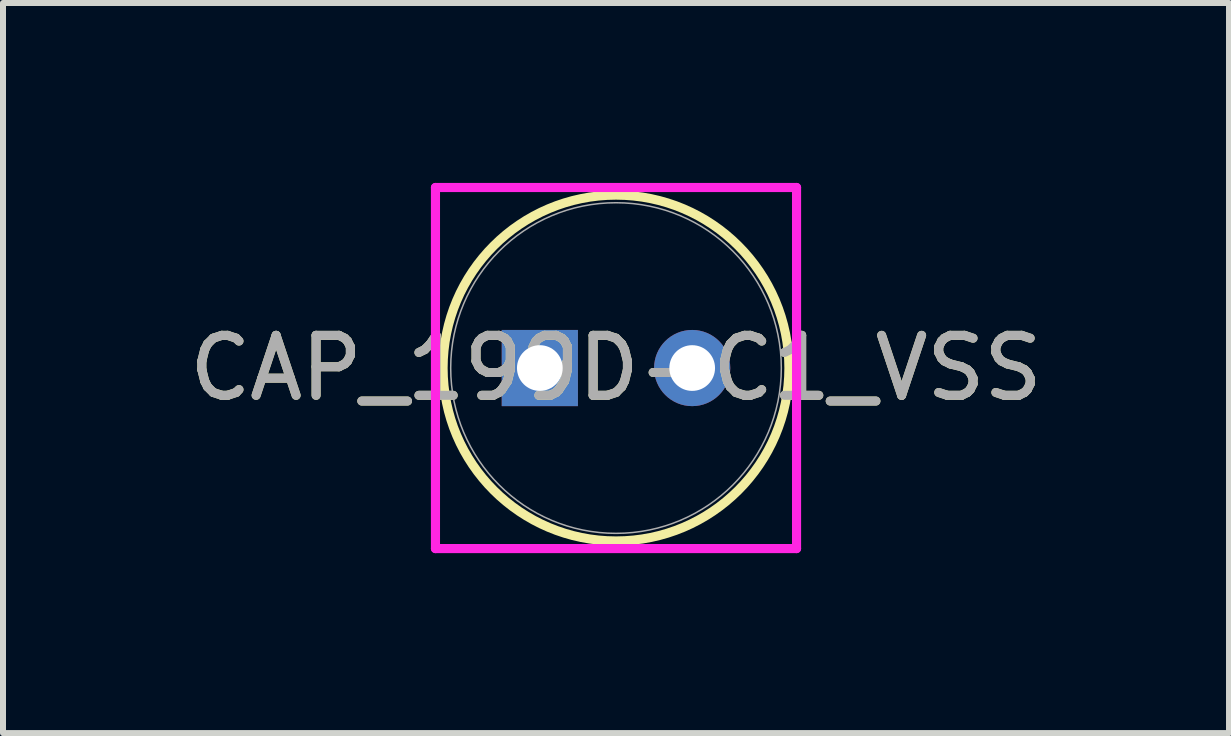
<source format=kicad_pcb>
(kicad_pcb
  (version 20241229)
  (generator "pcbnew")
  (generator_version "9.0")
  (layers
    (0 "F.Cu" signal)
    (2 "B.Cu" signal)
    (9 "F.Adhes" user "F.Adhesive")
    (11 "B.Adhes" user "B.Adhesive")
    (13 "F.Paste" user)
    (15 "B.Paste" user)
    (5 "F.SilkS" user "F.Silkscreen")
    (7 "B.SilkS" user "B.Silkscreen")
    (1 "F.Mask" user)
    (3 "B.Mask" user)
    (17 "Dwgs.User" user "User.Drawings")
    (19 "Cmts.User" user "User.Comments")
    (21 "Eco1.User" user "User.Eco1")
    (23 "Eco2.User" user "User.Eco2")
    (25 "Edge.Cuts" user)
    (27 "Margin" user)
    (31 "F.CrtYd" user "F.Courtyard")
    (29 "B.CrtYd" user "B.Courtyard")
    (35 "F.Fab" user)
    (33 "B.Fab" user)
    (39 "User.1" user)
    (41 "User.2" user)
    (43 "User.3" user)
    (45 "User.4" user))
  (footprint "CAP_199D-C1_VSS"
    (layer "F.Cu")
    (at 7.22 3.086)
    (property "Reference" "CAP_199D-C1_VSS" (at 0 0 0) (unlocked yes) (layer "F.SilkS") (effects (font (size 1 1) (thickness 0.15))))
    (attr through_hole)
    (fp_circle (center 0 0) (end 2.883 0) (stroke (width 0.152) (type solid)) (fill no) (layer "F.SilkS"))
    (fp_line (start -3.01 -3.01) (end 3.01 -3.01) (stroke (width 0.152) (type solid)) (layer "F.CrtYd"))
    (fp_line (start -3.01 3.01) (end -3.01 -3.01) (stroke (width 0.152) (type solid)) (layer "F.CrtYd"))
    (fp_line (start 3.01 -3.01) (end 3.01 3.01) (stroke (width 0.152) (type solid)) (layer "F.CrtYd"))
    (fp_line (start 3.01 3.01) (end -3.01 3.01) (stroke (width 0.152) (type solid)) (layer "F.CrtYd"))
    (fp_circle (center 0 0) (end 2.756 0) (stroke (width 0.025) (type solid)) (fill no) (layer "F.Fab"))
    (fp_text user "${REFERENCE}" (at 0 0 0) (unlocked yes) (layer "F.Fab") (effects (font (size 1 1) (thickness 0.15))))
    (pad "1" thru_hole rect (at -1.27 0) (size 1.27 1.27) (drill 0.762) (layers "*.Cu" "*.Mask"))
    (pad "2" thru_hole circle (at 1.27 0) (size 1.27 1.27) (drill 0.762) (layers "*.Cu" "*.Mask")))
  (gr_rect
    (start -3 -3)
    (end 17.44 9.172)
    (stroke (width 0.1) (type default))
    (fill no)
    (layer "Edge.Cuts")))
</source>
